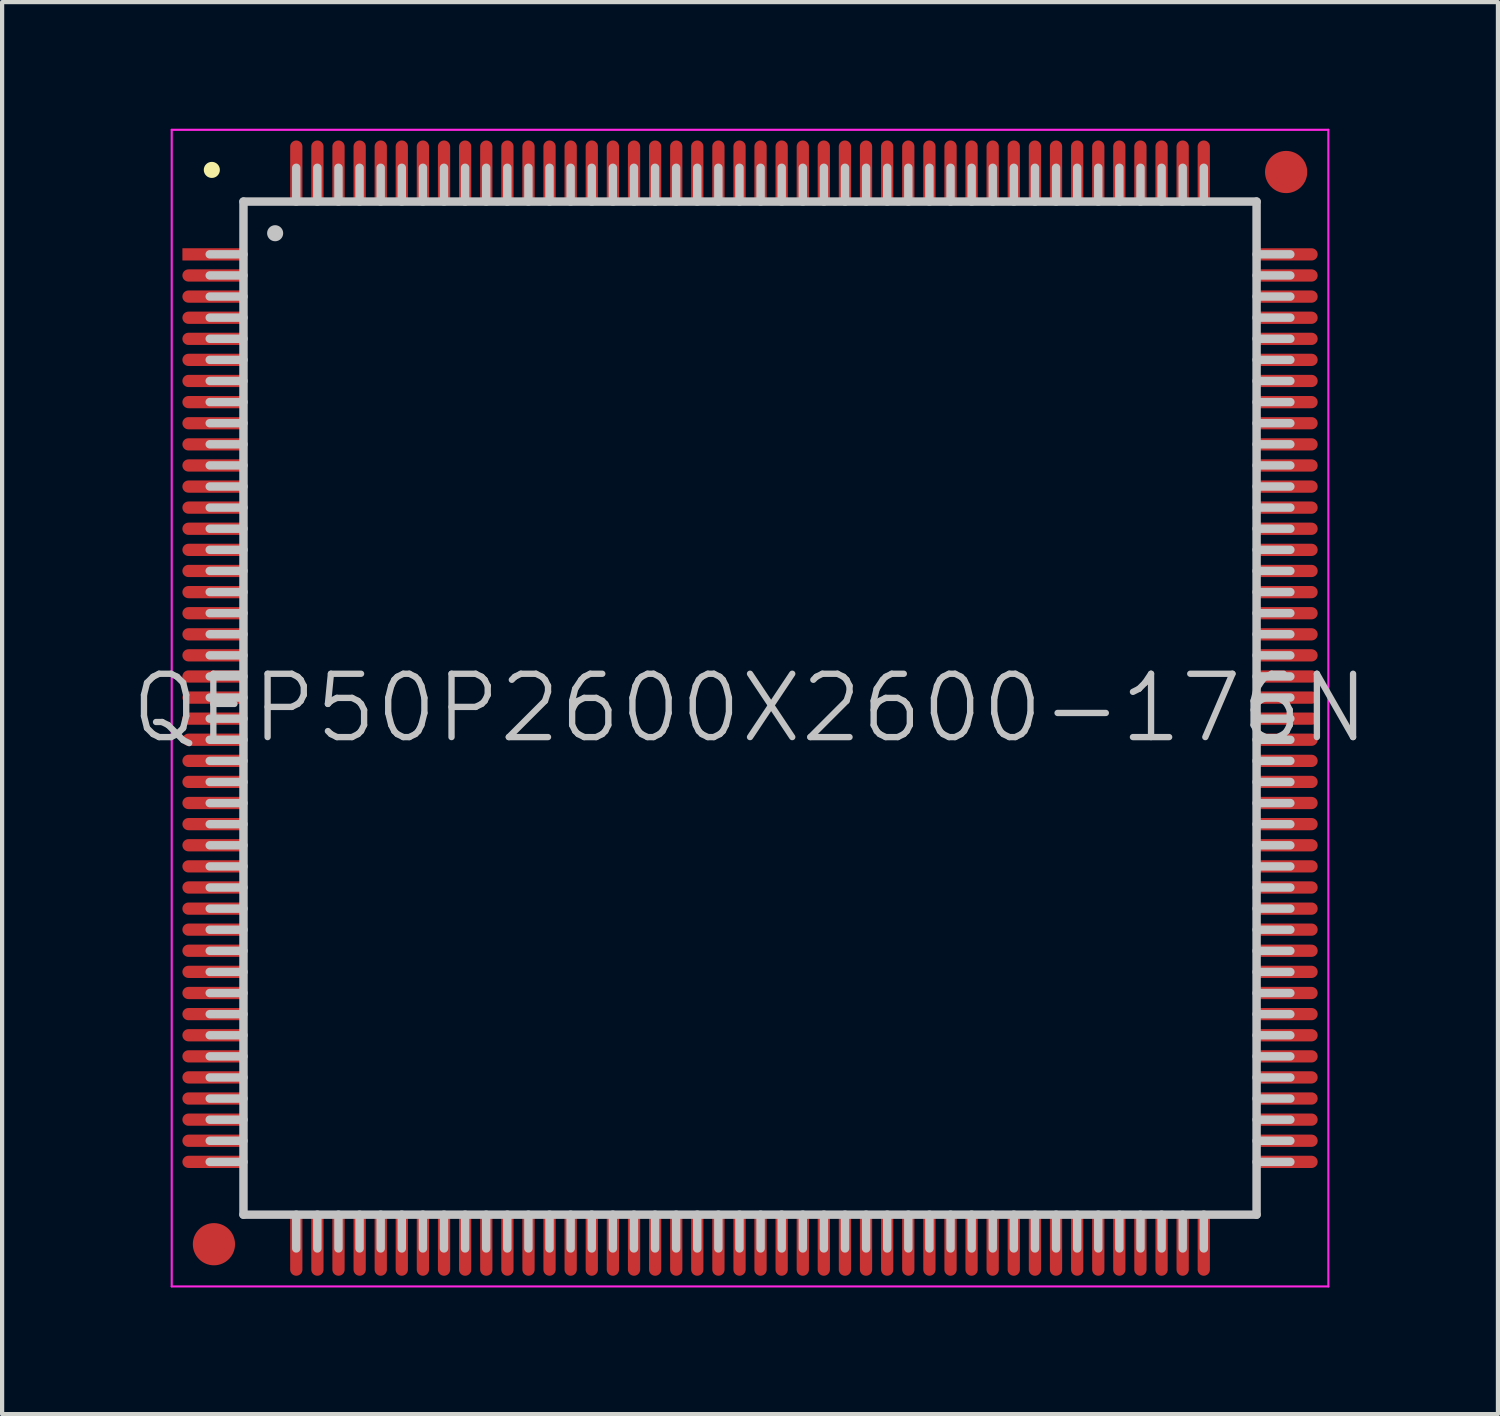
<source format=kicad_pcb>
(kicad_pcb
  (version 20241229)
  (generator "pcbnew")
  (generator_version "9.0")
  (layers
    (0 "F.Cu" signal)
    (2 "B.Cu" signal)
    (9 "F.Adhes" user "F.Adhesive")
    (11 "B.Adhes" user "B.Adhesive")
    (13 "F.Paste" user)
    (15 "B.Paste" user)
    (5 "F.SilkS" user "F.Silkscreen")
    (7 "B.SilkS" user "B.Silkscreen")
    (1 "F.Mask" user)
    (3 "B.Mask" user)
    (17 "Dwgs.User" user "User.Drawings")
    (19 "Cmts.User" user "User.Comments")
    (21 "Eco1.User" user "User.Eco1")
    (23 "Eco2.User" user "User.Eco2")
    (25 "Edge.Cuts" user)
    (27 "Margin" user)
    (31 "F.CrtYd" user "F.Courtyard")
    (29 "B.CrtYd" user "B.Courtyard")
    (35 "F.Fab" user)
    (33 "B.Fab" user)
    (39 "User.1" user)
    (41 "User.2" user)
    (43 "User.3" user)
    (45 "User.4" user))
  (footprint "QFP50P2600X2600-176N"
    (layer "F.Cu")
    (at 14.718 13.725)
    (property "Reference" "QFP50P2600X2600-176N" (at 0 0 0) (layer "Dwgs.User") (effects (font (size 1.5 1.5) (thickness 0.15))))
    (attr smd)
    (fp_line (start -12.75 -12.75) (end -12.75 -12.75) (stroke (width 0.381) (type solid)) (layer "F.SilkS"))
    (fp_line (start -12 -12) (end -12 12) (stroke (width 0.2) (type solid)) (layer "Dwgs.User"))
    (fp_line (start -12 -12) (end 12 -12) (stroke (width 0.2) (type solid)) (layer "Dwgs.User"))
    (fp_line (start -12 -10.75) (end -12.8 -10.75) (stroke (width 0.2) (type solid)) (layer "Dwgs.User"))
    (fp_line (start -12 -10.25) (end -12.8 -10.25) (stroke (width 0.2) (type solid)) (layer "Dwgs.User"))
    (fp_line (start -12 -9.75) (end -12.8 -9.75) (stroke (width 0.2) (type solid)) (layer "Dwgs.User"))
    (fp_line (start -12 -9.25) (end -12.8 -9.25) (stroke (width 0.2) (type solid)) (layer "Dwgs.User"))
    (fp_line (start -12 -8.75) (end -12.8 -8.75) (stroke (width 0.2) (type solid)) (layer "Dwgs.User"))
    (fp_line (start -12 -8.25) (end -12.8 -8.25) (stroke (width 0.2) (type solid)) (layer "Dwgs.User"))
    (fp_line (start -12 -7.75) (end -12.8 -7.75) (stroke (width 0.2) (type solid)) (layer "Dwgs.User"))
    (fp_line (start -12 -7.25) (end -12.8 -7.25) (stroke (width 0.2) (type solid)) (layer "Dwgs.User"))
    (fp_line (start -12 -6.75) (end -12.8 -6.75) (stroke (width 0.2) (type solid)) (layer "Dwgs.User"))
    (fp_line (start -12 -6.25) (end -12.8 -6.25) (stroke (width 0.2) (type solid)) (layer "Dwgs.User"))
    (fp_line (start -12 -5.75) (end -12.8 -5.75) (stroke (width 0.2) (type solid)) (layer "Dwgs.User"))
    (fp_line (start -12 -5.25) (end -12.8 -5.25) (stroke (width 0.2) (type solid)) (layer "Dwgs.User"))
    (fp_line (start -12 -4.75) (end -12.8 -4.75) (stroke (width 0.2) (type solid)) (layer "Dwgs.User"))
    (fp_line (start -12 -4.25) (end -12.8 -4.25) (stroke (width 0.2) (type solid)) (layer "Dwgs.User"))
    (fp_line (start -12 -3.75) (end -12.8 -3.75) (stroke (width 0.2) (type solid)) (layer "Dwgs.User"))
    (fp_line (start -12 -3.25) (end -12.8 -3.25) (stroke (width 0.2) (type solid)) (layer "Dwgs.User"))
    (fp_line (start -12 -2.75) (end -12.8 -2.75) (stroke (width 0.2) (type solid)) (layer "Dwgs.User"))
    (fp_line (start -12 -2.25) (end -12.8 -2.25) (stroke (width 0.2) (type solid)) (layer "Dwgs.User"))
    (fp_line (start -12 -1.75) (end -12.8 -1.75) (stroke (width 0.2) (type solid)) (layer "Dwgs.User"))
    (fp_line (start -12 -1.25) (end -12.8 -1.25) (stroke (width 0.2) (type solid)) (layer "Dwgs.User"))
    (fp_line (start -12 -0.75) (end -12.8 -0.75) (stroke (width 0.2) (type solid)) (layer "Dwgs.User"))
    (fp_line (start -12 -0.25) (end -12.8 -0.25) (stroke (width 0.2) (type solid)) (layer "Dwgs.User"))
    (fp_line (start -12 0.25) (end -12.8 0.25) (stroke (width 0.2) (type solid)) (layer "Dwgs.User"))
    (fp_line (start -12 0.75) (end -12.8 0.75) (stroke (width 0.2) (type solid)) (layer "Dwgs.User"))
    (fp_line (start -12 1.25) (end -12.8 1.25) (stroke (width 0.2) (type solid)) (layer "Dwgs.User"))
    (fp_line (start -12 1.75) (end -12.8 1.75) (stroke (width 0.2) (type solid)) (layer "Dwgs.User"))
    (fp_line (start -12 2.25) (end -12.8 2.25) (stroke (width 0.2) (type solid)) (layer "Dwgs.User"))
    (fp_line (start -12 2.75) (end -12.8 2.75) (stroke (width 0.2) (type solid)) (layer "Dwgs.User"))
    (fp_line (start -12 3.25) (end -12.8 3.25) (stroke (width 0.2) (type solid)) (layer "Dwgs.User"))
    (fp_line (start -12 3.75) (end -12.8 3.75) (stroke (width 0.2) (type solid)) (layer "Dwgs.User"))
    (fp_line (start -12 4.25) (end -12.8 4.25) (stroke (width 0.2) (type solid)) (layer "Dwgs.User"))
    (fp_line (start -12 4.75) (end -12.8 4.75) (stroke (width 0.2) (type solid)) (layer "Dwgs.User"))
    (fp_line (start -12 5.25) (end -12.8 5.25) (stroke (width 0.2) (type solid)) (layer "Dwgs.User"))
    (fp_line (start -12 5.75) (end -12.8 5.75) (stroke (width 0.2) (type solid)) (layer "Dwgs.User"))
    (fp_line (start -12 6.25) (end -12.8 6.25) (stroke (width 0.2) (type solid)) (layer "Dwgs.User"))
    (fp_line (start -12 6.75) (end -12.8 6.75) (stroke (width 0.2) (type solid)) (layer "Dwgs.User"))
    (fp_line (start -12 7.25) (end -12.8 7.25) (stroke (width 0.2) (type solid)) (layer "Dwgs.User"))
    (fp_line (start -12 7.75) (end -12.8 7.75) (stroke (width 0.2) (type solid)) (layer "Dwgs.User"))
    (fp_line (start -12 8.25) (end -12.8 8.25) (stroke (width 0.2) (type solid)) (layer "Dwgs.User"))
    (fp_line (start -12 8.75) (end -12.8 8.75) (stroke (width 0.2) (type solid)) (layer "Dwgs.User"))
    (fp_line (start -12 9.25) (end -12.8 9.25) (stroke (width 0.2) (type solid)) (layer "Dwgs.User"))
    (fp_line (start -12 9.75) (end -12.8 9.75) (stroke (width 0.2) (type solid)) (layer "Dwgs.User"))
    (fp_line (start -12 10.25) (end -12.8 10.25) (stroke (width 0.2) (type solid)) (layer "Dwgs.User"))
    (fp_line (start -12 10.75) (end -12.8 10.75) (stroke (width 0.2) (type solid)) (layer "Dwgs.User"))
    (fp_line (start -12 12) (end 12 12) (stroke (width 0.2) (type solid)) (layer "Dwgs.User"))
    (fp_line (start -11.25 -11.25) (end -11.25 -11.25) (stroke (width 0.381) (type solid)) (layer "Dwgs.User"))
    (fp_line (start -10.75 -12) (end -10.75 -12.8) (stroke (width 0.2) (type solid)) (layer "Dwgs.User"))
    (fp_line (start -10.75 12.8) (end -10.75 12) (stroke (width 0.2) (type solid)) (layer "Dwgs.User"))
    (fp_line (start -10.25 -12) (end -10.25 -12.8) (stroke (width 0.2) (type solid)) (layer "Dwgs.User"))
    (fp_line (start -10.25 12.8) (end -10.25 12) (stroke (width 0.2) (type solid)) (layer "Dwgs.User"))
    (fp_line (start -9.75 -12) (end -9.75 -12.8) (stroke (width 0.2) (type solid)) (layer "Dwgs.User"))
    (fp_line (start -9.75 12.8) (end -9.75 12) (stroke (width 0.2) (type solid)) (layer "Dwgs.User"))
    (fp_line (start -9.25 -12) (end -9.25 -12.8) (stroke (width 0.2) (type solid)) (layer "Dwgs.User"))
    (fp_line (start -9.25 12.8) (end -9.25 12) (stroke (width 0.2) (type solid)) (layer "Dwgs.User"))
    (fp_line (start -8.75 -12) (end -8.75 -12.8) (stroke (width 0.2) (type solid)) (layer "Dwgs.User"))
    (fp_line (start -8.75 12.8) (end -8.75 12) (stroke (width 0.2) (type solid)) (layer "Dwgs.User"))
    (fp_line (start -8.25 -12) (end -8.25 -12.8) (stroke (width 0.2) (type solid)) (layer "Dwgs.User"))
    (fp_line (start -8.25 12.8) (end -8.25 12) (stroke (width 0.2) (type solid)) (layer "Dwgs.User"))
    (fp_line (start -7.75 -12) (end -7.75 -12.8) (stroke (width 0.2) (type solid)) (layer "Dwgs.User"))
    (fp_line (start -7.75 12.8) (end -7.75 12) (stroke (width 0.2) (type solid)) (layer "Dwgs.User"))
    (fp_line (start -7.25 -12) (end -7.25 -12.8) (stroke (width 0.2) (type solid)) (layer "Dwgs.User"))
    (fp_line (start -7.25 12.8) (end -7.25 12) (stroke (width 0.2) (type solid)) (layer "Dwgs.User"))
    (fp_line (start -6.75 -12) (end -6.75 -12.8) (stroke (width 0.2) (type solid)) (layer "Dwgs.User"))
    (fp_line (start -6.75 12.8) (end -6.75 12) (stroke (width 0.2) (type solid)) (layer "Dwgs.User"))
    (fp_line (start -6.25 -12) (end -6.25 -12.8) (stroke (width 0.2) (type solid)) (layer "Dwgs.User"))
    (fp_line (start -6.25 12.8) (end -6.25 12) (stroke (width 0.2) (type solid)) (layer "Dwgs.User"))
    (fp_line (start -5.75 -12) (end -5.75 -12.8) (stroke (width 0.2) (type solid)) (layer "Dwgs.User"))
    (fp_line (start -5.75 12.8) (end -5.75 12) (stroke (width 0.2) (type solid)) (layer "Dwgs.User"))
    (fp_line (start -5.25 -12) (end -5.25 -12.8) (stroke (width 0.2) (type solid)) (layer "Dwgs.User"))
    (fp_line (start -5.25 12.8) (end -5.25 12) (stroke (width 0.2) (type solid)) (layer "Dwgs.User"))
    (fp_line (start -4.75 -12) (end -4.75 -12.8) (stroke (width 0.2) (type solid)) (layer "Dwgs.User"))
    (fp_line (start -4.75 12.8) (end -4.75 12) (stroke (width 0.2) (type solid)) (layer "Dwgs.User"))
    (fp_line (start -4.25 -12) (end -4.25 -12.8) (stroke (width 0.2) (type solid)) (layer "Dwgs.User"))
    (fp_line (start -4.25 12.8) (end -4.25 12) (stroke (width 0.2) (type solid)) (layer "Dwgs.User"))
    (fp_line (start -3.75 -12) (end -3.75 -12.8) (stroke (width 0.2) (type solid)) (layer "Dwgs.User"))
    (fp_line (start -3.75 12.8) (end -3.75 12) (stroke (width 0.2) (type solid)) (layer "Dwgs.User"))
    (fp_line (start -3.25 -12) (end -3.25 -12.8) (stroke (width 0.2) (type solid)) (layer "Dwgs.User"))
    (fp_line (start -3.25 12.8) (end -3.25 12) (stroke (width 0.2) (type solid)) (layer "Dwgs.User"))
    (fp_line (start -2.75 -12) (end -2.75 -12.8) (stroke (width 0.2) (type solid)) (layer "Dwgs.User"))
    (fp_line (start -2.75 12.8) (end -2.75 12) (stroke (width 0.2) (type solid)) (layer "Dwgs.User"))
    (fp_line (start -2.25 -12) (end -2.25 -12.8) (stroke (width 0.2) (type solid)) (layer "Dwgs.User"))
    (fp_line (start -2.25 12.8) (end -2.25 12) (stroke (width 0.2) (type solid)) (layer "Dwgs.User"))
    (fp_line (start -1.75 -12) (end -1.75 -12.8) (stroke (width 0.2) (type solid)) (layer "Dwgs.User"))
    (fp_line (start -1.75 12.8) (end -1.75 12) (stroke (width 0.2) (type solid)) (layer "Dwgs.User"))
    (fp_line (start -1.25 -12) (end -1.25 -12.8) (stroke (width 0.2) (type solid)) (layer "Dwgs.User"))
    (fp_line (start -1.25 12.8) (end -1.25 12) (stroke (width 0.2) (type solid)) (layer "Dwgs.User"))
    (fp_line (start -0.75 -12) (end -0.75 -12.8) (stroke (width 0.2) (type solid)) (layer "Dwgs.User"))
    (fp_line (start -0.75 12.8) (end -0.75 12) (stroke (width 0.2) (type solid)) (layer "Dwgs.User"))
    (fp_line (start -0.25 -12) (end -0.25 -12.8) (stroke (width 0.2) (type solid)) (layer "Dwgs.User"))
    (fp_line (start -0.25 12.8) (end -0.25 12) (stroke (width 0.2) (type solid)) (layer "Dwgs.User"))
    (fp_line (start 0.25 -12) (end 0.25 -12.8) (stroke (width 0.2) (type solid)) (layer "Dwgs.User"))
    (fp_line (start 0.25 12.8) (end 0.25 12) (stroke (width 0.2) (type solid)) (layer "Dwgs.User"))
    (fp_line (start 0.75 -12) (end 0.75 -12.8) (stroke (width 0.2) (type solid)) (layer "Dwgs.User"))
    (fp_line (start 0.75 12.8) (end 0.75 12) (stroke (width 0.2) (type solid)) (layer "Dwgs.User"))
    (fp_line (start 1.25 -12) (end 1.25 -12.8) (stroke (width 0.2) (type solid)) (layer "Dwgs.User"))
    (fp_line (start 1.25 12.8) (end 1.25 12) (stroke (width 0.2) (type solid)) (layer "Dwgs.User"))
    (fp_line (start 1.75 -12) (end 1.75 -12.8) (stroke (width 0.2) (type solid)) (layer "Dwgs.User"))
    (fp_line (start 1.75 12.8) (end 1.75 12) (stroke (width 0.2) (type solid)) (layer "Dwgs.User"))
    (fp_line (start 2.25 -12) (end 2.25 -12.8) (stroke (width 0.2) (type solid)) (layer "Dwgs.User"))
    (fp_line (start 2.25 12.8) (end 2.25 12) (stroke (width 0.2) (type solid)) (layer "Dwgs.User"))
    (fp_line (start 2.75 -12) (end 2.75 -12.8) (stroke (width 0.2) (type solid)) (layer "Dwgs.User"))
    (fp_line (start 2.75 12.8) (end 2.75 12) (stroke (width 0.2) (type solid)) (layer "Dwgs.User"))
    (fp_line (start 3.25 -12) (end 3.25 -12.8) (stroke (width 0.2) (type solid)) (layer "Dwgs.User"))
    (fp_line (start 3.25 12.8) (end 3.25 12) (stroke (width 0.2) (type solid)) (layer "Dwgs.User"))
    (fp_line (start 3.75 -12) (end 3.75 -12.8) (stroke (width 0.2) (type solid)) (layer "Dwgs.User"))
    (fp_line (start 3.75 12.8) (end 3.75 12) (stroke (width 0.2) (type solid)) (layer "Dwgs.User"))
    (fp_line (start 4.25 -12) (end 4.25 -12.8) (stroke (width 0.2) (type solid)) (layer "Dwgs.User"))
    (fp_line (start 4.25 12.8) (end 4.25 12) (stroke (width 0.2) (type solid)) (layer "Dwgs.User"))
    (fp_line (start 4.75 -12) (end 4.75 -12.8) (stroke (width 0.2) (type solid)) (layer "Dwgs.User"))
    (fp_line (start 4.75 12.8) (end 4.75 12) (stroke (width 0.2) (type solid)) (layer "Dwgs.User"))
    (fp_line (start 5.25 -12) (end 5.25 -12.8) (stroke (width 0.2) (type solid)) (layer "Dwgs.User"))
    (fp_line (start 5.25 12.8) (end 5.25 12) (stroke (width 0.2) (type solid)) (layer "Dwgs.User"))
    (fp_line (start 5.75 -12) (end 5.75 -12.8) (stroke (width 0.2) (type solid)) (layer "Dwgs.User"))
    (fp_line (start 5.75 12.8) (end 5.75 12) (stroke (width 0.2) (type solid)) (layer "Dwgs.User"))
    (fp_line (start 6.25 -12) (end 6.25 -12.8) (stroke (width 0.2) (type solid)) (layer "Dwgs.User"))
    (fp_line (start 6.25 12.8) (end 6.25 12) (stroke (width 0.2) (type solid)) (layer "Dwgs.User"))
    (fp_line (start 6.75 -12) (end 6.75 -12.8) (stroke (width 0.2) (type solid)) (layer "Dwgs.User"))
    (fp_line (start 6.75 12.8) (end 6.75 12) (stroke (width 0.2) (type solid)) (layer "Dwgs.User"))
    (fp_line (start 7.25 -12) (end 7.25 -12.8) (stroke (width 0.2) (type solid)) (layer "Dwgs.User"))
    (fp_line (start 7.25 12.8) (end 7.25 12) (stroke (width 0.2) (type solid)) (layer "Dwgs.User"))
    (fp_line (start 7.75 -12) (end 7.75 -12.8) (stroke (width 0.2) (type solid)) (layer "Dwgs.User"))
    (fp_line (start 7.75 12.8) (end 7.75 12) (stroke (width 0.2) (type solid)) (layer "Dwgs.User"))
    (fp_line (start 8.25 -12) (end 8.25 -12.8) (stroke (width 0.2) (type solid)) (layer "Dwgs.User"))
    (fp_line (start 8.25 12.8) (end 8.25 12) (stroke (width 0.2) (type solid)) (layer "Dwgs.User"))
    (fp_line (start 8.75 -12) (end 8.75 -12.8) (stroke (width 0.2) (type solid)) (layer "Dwgs.User"))
    (fp_line (start 8.75 12.8) (end 8.75 12) (stroke (width 0.2) (type solid)) (layer "Dwgs.User"))
    (fp_line (start 9.25 -12) (end 9.25 -12.8) (stroke (width 0.2) (type solid)) (layer "Dwgs.User"))
    (fp_line (start 9.25 12.8) (end 9.25 12) (stroke (width 0.2) (type solid)) (layer "Dwgs.User"))
    (fp_line (start 9.75 -12) (end 9.75 -12.8) (stroke (width 0.2) (type solid)) (layer "Dwgs.User"))
    (fp_line (start 9.75 12.8) (end 9.75 12) (stroke (width 0.2) (type solid)) (layer "Dwgs.User"))
    (fp_line (start 10.25 -12) (end 10.25 -12.8) (stroke (width 0.2) (type solid)) (layer "Dwgs.User"))
    (fp_line (start 10.25 12.8) (end 10.25 12) (stroke (width 0.2) (type solid)) (layer "Dwgs.User"))
    (fp_line (start 10.75 -12) (end 10.75 -12.8) (stroke (width 0.2) (type solid)) (layer "Dwgs.User"))
    (fp_line (start 10.75 12.8) (end 10.75 12) (stroke (width 0.2) (type solid)) (layer "Dwgs.User"))
    (fp_line (start 12 -12) (end 12 12) (stroke (width 0.2) (type solid)) (layer "Dwgs.User"))
    (fp_line (start 12.8 -10.75) (end 12 -10.75) (stroke (width 0.2) (type solid)) (layer "Dwgs.User"))
    (fp_line (start 12.8 -10.25) (end 12 -10.25) (stroke (width 0.2) (type solid)) (layer "Dwgs.User"))
    (fp_line (start 12.8 -9.75) (end 12 -9.75) (stroke (width 0.2) (type solid)) (layer "Dwgs.User"))
    (fp_line (start 12.8 -9.25) (end 12 -9.25) (stroke (width 0.2) (type solid)) (layer "Dwgs.User"))
    (fp_line (start 12.8 -8.75) (end 12 -8.75) (stroke (width 0.2) (type solid)) (layer "Dwgs.User"))
    (fp_line (start 12.8 -8.25) (end 12 -8.25) (stroke (width 0.2) (type solid)) (layer "Dwgs.User"))
    (fp_line (start 12.8 -7.75) (end 12 -7.75) (stroke (width 0.2) (type solid)) (layer "Dwgs.User"))
    (fp_line (start 12.8 -7.25) (end 12 -7.25) (stroke (width 0.2) (type solid)) (layer "Dwgs.User"))
    (fp_line (start 12.8 -6.75) (end 12 -6.75) (stroke (width 0.2) (type solid)) (layer "Dwgs.User"))
    (fp_line (start 12.8 -6.25) (end 12 -6.25) (stroke (width 0.2) (type solid)) (layer "Dwgs.User"))
    (fp_line (start 12.8 -5.75) (end 12 -5.75) (stroke (width 0.2) (type solid)) (layer "Dwgs.User"))
    (fp_line (start 12.8 -5.25) (end 12 -5.25) (stroke (width 0.2) (type solid)) (layer "Dwgs.User"))
    (fp_line (start 12.8 -4.75) (end 12 -4.75) (stroke (width 0.2) (type solid)) (layer "Dwgs.User"))
    (fp_line (start 12.8 -4.25) (end 12 -4.25) (stroke (width 0.2) (type solid)) (layer "Dwgs.User"))
    (fp_line (start 12.8 -3.75) (end 12 -3.75) (stroke (width 0.2) (type solid)) (layer "Dwgs.User"))
    (fp_line (start 12.8 -3.25) (end 12 -3.25) (stroke (width 0.2) (type solid)) (layer "Dwgs.User"))
    (fp_line (start 12.8 -2.75) (end 12 -2.75) (stroke (width 0.2) (type solid)) (layer "Dwgs.User"))
    (fp_line (start 12.8 -2.25) (end 12 -2.25) (stroke (width 0.2) (type solid)) (layer "Dwgs.User"))
    (fp_line (start 12.8 -1.75) (end 12 -1.75) (stroke (width 0.2) (type solid)) (layer "Dwgs.User"))
    (fp_line (start 12.8 -1.25) (end 12 -1.25) (stroke (width 0.2) (type solid)) (layer "Dwgs.User"))
    (fp_line (start 12.8 -0.75) (end 12 -0.75) (stroke (width 0.2) (type solid)) (layer "Dwgs.User"))
    (fp_line (start 12.8 -0.25) (end 12 -0.25) (stroke (width 0.2) (type solid)) (layer "Dwgs.User"))
    (fp_line (start 12.8 0.25) (end 12 0.25) (stroke (width 0.2) (type solid)) (layer "Dwgs.User"))
    (fp_line (start 12.8 0.75) (end 12 0.75) (stroke (width 0.2) (type solid)) (layer "Dwgs.User"))
    (fp_line (start 12.8 1.25) (end 12 1.25) (stroke (width 0.2) (type solid)) (layer "Dwgs.User"))
    (fp_line (start 12.8 1.75) (end 12 1.75) (stroke (width 0.2) (type solid)) (layer "Dwgs.User"))
    (fp_line (start 12.8 2.25) (end 12 2.25) (stroke (width 0.2) (type solid)) (layer "Dwgs.User"))
    (fp_line (start 12.8 2.75) (end 12 2.75) (stroke (width 0.2) (type solid)) (layer "Dwgs.User"))
    (fp_line (start 12.8 3.25) (end 12 3.25) (stroke (width 0.2) (type solid)) (layer "Dwgs.User"))
    (fp_line (start 12.8 3.75) (end 12 3.75) (stroke (width 0.2) (type solid)) (layer "Dwgs.User"))
    (fp_line (start 12.8 4.25) (end 12 4.25) (stroke (width 0.2) (type solid)) (layer "Dwgs.User"))
    (fp_line (start 12.8 4.75) (end 12 4.75) (stroke (width 0.2) (type solid)) (layer "Dwgs.User"))
    (fp_line (start 12.8 5.25) (end 12 5.25) (stroke (width 0.2) (type solid)) (layer "Dwgs.User"))
    (fp_line (start 12.8 5.75) (end 12 5.75) (stroke (width 0.2) (type solid)) (layer "Dwgs.User"))
    (fp_line (start 12.8 6.25) (end 12 6.25) (stroke (width 0.2) (type solid)) (layer "Dwgs.User"))
    (fp_line (start 12.8 6.75) (end 12 6.75) (stroke (width 0.2) (type solid)) (layer "Dwgs.User"))
    (fp_line (start 12.8 7.25) (end 12 7.25) (stroke (width 0.2) (type solid)) (layer "Dwgs.User"))
    (fp_line (start 12.8 7.75) (end 12 7.75) (stroke (width 0.2) (type solid)) (layer "Dwgs.User"))
    (fp_line (start 12.8 8.25) (end 12 8.25) (stroke (width 0.2) (type solid)) (layer "Dwgs.User"))
    (fp_line (start 12.8 8.75) (end 12 8.75) (stroke (width 0.2) (type solid)) (layer "Dwgs.User"))
    (fp_line (start 12.8 9.25) (end 12 9.25) (stroke (width 0.2) (type solid)) (layer "Dwgs.User"))
    (fp_line (start 12.8 9.75) (end 12 9.75) (stroke (width 0.2) (type solid)) (layer "Dwgs.User"))
    (fp_line (start 12.8 10.25) (end 12 10.25) (stroke (width 0.2) (type solid)) (layer "Dwgs.User"))
    (fp_line (start 12.8 10.75) (end 12 10.75) (stroke (width 0.2) (type solid)) (layer "Dwgs.User"))
    (fp_line (start -13.7 -13.7) (end -13.7 13.7) (stroke (width 0.05) (type solid)) (layer "F.CrtYd"))
    (fp_line (start -13.7 -13.7) (end 13.7 -13.7) (stroke (width 0.05) (type solid)) (layer "F.CrtYd"))
    (fp_line (start -13.7 13.7) (end 13.7 13.7) (stroke (width 0.05) (type solid)) (layer "F.CrtYd"))
    (fp_line (start 13.7 -13.7) (end 13.7 13.7) (stroke (width 0.05) (type solid)) (layer "F.CrtYd"))
    (pad "" smd circle (at -12.7 12.7) (size 1 1) (layers "F.Cu" "F.Mask"))
    (pad "" smd circle (at 12.7 -12.7) (size 1 1) (layers "F.Cu" "F.Mask"))
    (pad "1" smd rect (at -12.697 -10.749 90) (size 0.29 1.5) (layers "F.Cu" "F.Mask" "F.Paste"))
    (pad "2" smd oval (at -12.697 -10.249 90) (size 0.29 1.5) (layers "F.Cu" "F.Mask" "F.Paste"))
    (pad "3" smd oval (at -12.697 -9.749 90) (size 0.29 1.5) (layers "F.Cu" "F.Mask" "F.Paste"))
    (pad "4" smd oval (at -12.697 -9.248 90) (size 0.29 1.5) (layers "F.Cu" "F.Mask" "F.Paste"))
    (pad "5" smd oval (at -12.697 -8.748 90) (size 0.29 1.5) (layers "F.Cu" "F.Mask" "F.Paste"))
    (pad "6" smd oval (at -12.697 -8.25 90) (size 0.29 1.5) (layers "F.Cu" "F.Mask" "F.Paste"))
    (pad "7" smd oval (at -12.697 -7.75 90) (size 0.29 1.5) (layers "F.Cu" "F.Mask" "F.Paste"))
    (pad "8" smd oval (at -12.697 -7.249 90) (size 0.29 1.5) (layers "F.Cu" "F.Mask" "F.Paste"))
    (pad "9" smd oval (at -12.697 -6.749 90) (size 0.29 1.5) (layers "F.Cu" "F.Mask" "F.Paste"))
    (pad "10" smd oval (at -12.697 -6.248 90) (size 0.29 1.5) (layers "F.Cu" "F.Mask" "F.Paste"))
    (pad "11" smd oval (at -12.697 -5.748 90) (size 0.29 1.5) (layers "F.Cu" "F.Mask" "F.Paste"))
    (pad "12" smd oval (at -12.697 -5.248 90) (size 0.29 1.5) (layers "F.Cu" "F.Mask" "F.Paste"))
    (pad "13" smd oval (at -12.697 -4.75 90) (size 0.29 1.5) (layers "F.Cu" "F.Mask" "F.Paste"))
    (pad "14" smd oval (at -12.697 -4.249 90) (size 0.29 1.5) (layers "F.Cu" "F.Mask" "F.Paste"))
    (pad "15" smd oval (at -12.697 -3.749 90) (size 0.29 1.5) (layers "F.Cu" "F.Mask" "F.Paste"))
    (pad "16" smd oval (at -12.697 -3.249 90) (size 0.29 1.5) (layers "F.Cu" "F.Mask" "F.Paste"))
    (pad "17" smd oval (at -12.697 -2.748 90) (size 0.29 1.5) (layers "F.Cu" "F.Mask" "F.Paste"))
    (pad "18" smd oval (at -12.697 -2.248 90) (size 0.29 1.5) (layers "F.Cu" "F.Mask" "F.Paste"))
    (pad "19" smd oval (at -12.697 -1.748 90) (size 0.29 1.5) (layers "F.Cu" "F.Mask" "F.Paste"))
    (pad "20" smd oval (at -12.697 -1.25 90) (size 0.29 1.5) (layers "F.Cu" "F.Mask" "F.Paste"))
    (pad "21" smd oval (at -12.697 -0.749 90) (size 0.29 1.5) (layers "F.Cu" "F.Mask" "F.Paste"))
    (pad "22" smd oval (at -12.697 -0.249 90) (size 0.29 1.5) (layers "F.Cu" "F.Mask" "F.Paste"))
    (pad "23" smd oval (at -12.697 0.249 90) (size 0.29 1.5) (layers "F.Cu" "F.Mask" "F.Paste"))
    (pad "24" smd oval (at -12.697 0.749 90) (size 0.29 1.5) (layers "F.Cu" "F.Mask" "F.Paste"))
    (pad "25" smd oval (at -12.697 1.25 90) (size 0.29 1.5) (layers "F.Cu" "F.Mask" "F.Paste"))
    (pad "26" smd oval (at -12.697 1.748 90) (size 0.29 1.5) (layers "F.Cu" "F.Mask" "F.Paste"))
    (pad "27" smd oval (at -12.697 2.248 90) (size 0.29 1.5) (layers "F.Cu" "F.Mask" "F.Paste"))
    (pad "28" smd oval (at -12.697 2.748 90) (size 0.29 1.5) (layers "F.Cu" "F.Mask" "F.Paste"))
    (pad "29" smd oval (at -12.697 3.249 90) (size 0.29 1.5) (layers "F.Cu" "F.Mask" "F.Paste"))
    (pad "30" smd oval (at -12.697 3.749 90) (size 0.29 1.5) (layers "F.Cu" "F.Mask" "F.Paste"))
    (pad "31" smd oval (at -12.697 4.249 90) (size 0.29 1.5) (layers "F.Cu" "F.Mask" "F.Paste"))
    (pad "32" smd oval (at -12.697 4.75 90) (size 0.29 1.5) (layers "F.Cu" "F.Mask" "F.Paste"))
    (pad "33" smd oval (at -12.697 5.248 90) (size 0.29 1.5) (layers "F.Cu" "F.Mask" "F.Paste"))
    (pad "34" smd oval (at -12.697 5.748 90) (size 0.29 1.5) (layers "F.Cu" "F.Mask" "F.Paste"))
    (pad "35" smd oval (at -12.697 6.248 90) (size 0.29 1.5) (layers "F.Cu" "F.Mask" "F.Paste"))
    (pad "36" smd oval (at -12.697 6.749 90) (size 0.29 1.5) (layers "F.Cu" "F.Mask" "F.Paste"))
    (pad "37" smd oval (at -12.697 7.249 90) (size 0.29 1.5) (layers "F.Cu" "F.Mask" "F.Paste"))
    (pad "38" smd oval (at -12.697 7.75 90) (size 0.29 1.5) (layers "F.Cu" "F.Mask" "F.Paste"))
    (pad "39" smd oval (at -12.697 8.25 90) (size 0.29 1.5) (layers "F.Cu" "F.Mask" "F.Paste"))
    (pad "40" smd oval (at -12.697 8.748 90) (size 0.29 1.5) (layers "F.Cu" "F.Mask" "F.Paste"))
    (pad "41" smd oval (at -12.697 9.248 90) (size 0.29 1.5) (layers "F.Cu" "F.Mask" "F.Paste"))
    (pad "42" smd oval (at -12.697 9.749 90) (size 0.29 1.5) (layers "F.Cu" "F.Mask" "F.Paste"))
    (pad "43" smd oval (at -12.697 10.249 90) (size 0.29 1.5) (layers "F.Cu" "F.Mask" "F.Paste"))
    (pad "44" smd oval (at -12.697 10.749 90) (size 0.29 1.5) (layers "F.Cu" "F.Mask" "F.Paste"))
    (pad "45" smd oval (at -10.749 12.697 180) (size 0.29 1.5) (layers "F.Cu" "F.Mask" "F.Paste"))
    (pad "46" smd oval (at -10.249 12.697 180) (size 0.29 1.5) (layers "F.Cu" "F.Mask" "F.Paste"))
    (pad "47" smd oval (at -9.749 12.697 180) (size 0.29 1.5) (layers "F.Cu" "F.Mask" "F.Paste"))
    (pad "48" smd oval (at -9.248 12.697 180) (size 0.29 1.5) (layers "F.Cu" "F.Mask" "F.Paste"))
    (pad "49" smd oval (at -8.748 12.697 180) (size 0.29 1.5) (layers "F.Cu" "F.Mask" "F.Paste"))
    (pad "50" smd oval (at -8.25 12.697 180) (size 0.29 1.5) (layers "F.Cu" "F.Mask" "F.Paste"))
    (pad "51" smd oval (at -7.75 12.697 180) (size 0.29 1.5) (layers "F.Cu" "F.Mask" "F.Paste"))
    (pad "52" smd oval (at -7.249 12.697 180) (size 0.29 1.5) (layers "F.Cu" "F.Mask" "F.Paste"))
    (pad "53" smd oval (at -6.749 12.697 180) (size 0.29 1.5) (layers "F.Cu" "F.Mask" "F.Paste"))
    (pad "54" smd oval (at -6.248 12.697 180) (size 0.29 1.5) (layers "F.Cu" "F.Mask" "F.Paste"))
    (pad "55" smd oval (at -5.748 12.697 180) (size 0.29 1.5) (layers "F.Cu" "F.Mask" "F.Paste"))
    (pad "56" smd oval (at -5.248 12.697 180) (size 0.29 1.5) (layers "F.Cu" "F.Mask" "F.Paste"))
    (pad "57" smd oval (at -4.75 12.697 180) (size 0.29 1.5) (layers "F.Cu" "F.Mask" "F.Paste"))
    (pad "58" smd oval (at -4.249 12.697 180) (size 0.29 1.5) (layers "F.Cu" "F.Mask" "F.Paste"))
    (pad "59" smd oval (at -3.749 12.697 180) (size 0.29 1.5) (layers "F.Cu" "F.Mask" "F.Paste"))
    (pad "60" smd oval (at -3.249 12.697 180) (size 0.29 1.5) (layers "F.Cu" "F.Mask" "F.Paste"))
    (pad "61" smd oval (at -2.748 12.697 180) (size 0.29 1.5) (layers "F.Cu" "F.Mask" "F.Paste"))
    (pad "62" smd oval (at -2.248 12.697 180) (size 0.29 1.5) (layers "F.Cu" "F.Mask" "F.Paste"))
    (pad "63" smd oval (at -1.748 12.697 180) (size 0.29 1.5) (layers "F.Cu" "F.Mask" "F.Paste"))
    (pad "64" smd oval (at -1.25 12.697 180) (size 0.29 1.5) (layers "F.Cu" "F.Mask" "F.Paste"))
    (pad "65" smd oval (at -0.749 12.697 180) (size 0.29 1.5) (layers "F.Cu" "F.Mask" "F.Paste"))
    (pad "66" smd oval (at -0.249 12.697 180) (size 0.29 1.5) (layers "F.Cu" "F.Mask" "F.Paste"))
    (pad "67" smd oval (at 0.249 12.697 180) (size 0.29 1.5) (layers "F.Cu" "F.Mask" "F.Paste"))
    (pad "68" smd oval (at 0.749 12.697 180) (size 0.29 1.5) (layers "F.Cu" "F.Mask" "F.Paste"))
    (pad "69" smd oval (at 1.25 12.697 180) (size 0.29 1.5) (layers "F.Cu" "F.Mask" "F.Paste"))
    (pad "70" smd oval (at 1.748 12.697 180) (size 0.29 1.5) (layers "F.Cu" "F.Mask" "F.Paste"))
    (pad "71" smd oval (at 2.248 12.697 180) (size 0.29 1.5) (layers "F.Cu" "F.Mask" "F.Paste"))
    (pad "72" smd oval (at 2.748 12.697 180) (size 0.29 1.5) (layers "F.Cu" "F.Mask" "F.Paste"))
    (pad "73" smd oval (at 3.249 12.697 180) (size 0.29 1.5) (layers "F.Cu" "F.Mask" "F.Paste"))
    (pad "74" smd oval (at 3.749 12.697 180) (size 0.29 1.5) (layers "F.Cu" "F.Mask" "F.Paste"))
    (pad "75" smd oval (at 4.249 12.697 180) (size 0.29 1.5) (layers "F.Cu" "F.Mask" "F.Paste"))
    (pad "76" smd oval (at 4.75 12.697 180) (size 0.29 1.5) (layers "F.Cu" "F.Mask" "F.Paste"))
    (pad "77" smd oval (at 5.248 12.697 180) (size 0.29 1.5) (layers "F.Cu" "F.Mask" "F.Paste"))
    (pad "78" smd oval (at 5.748 12.697 180) (size 0.29 1.5) (layers "F.Cu" "F.Mask" "F.Paste"))
    (pad "79" smd oval (at 6.248 12.697 180) (size 0.29 1.5) (layers "F.Cu" "F.Mask" "F.Paste"))
    (pad "80" smd oval (at 6.749 12.697 180) (size 0.29 1.5) (layers "F.Cu" "F.Mask" "F.Paste"))
    (pad "81" smd oval (at 7.249 12.697 180) (size 0.29 1.5) (layers "F.Cu" "F.Mask" "F.Paste"))
    (pad "82" smd oval (at 7.75 12.697 180) (size 0.29 1.5) (layers "F.Cu" "F.Mask" "F.Paste"))
    (pad "83" smd oval (at 8.25 12.697 180) (size 0.29 1.5) (layers "F.Cu" "F.Mask" "F.Paste"))
    (pad "84" smd oval (at 8.748 12.697 180) (size 0.29 1.5) (layers "F.Cu" "F.Mask" "F.Paste"))
    (pad "85" smd oval (at 9.248 12.697 180) (size 0.29 1.5) (layers "F.Cu" "F.Mask" "F.Paste"))
    (pad "86" smd oval (at 9.749 12.697 180) (size 0.29 1.5) (layers "F.Cu" "F.Mask" "F.Paste"))
    (pad "87" smd oval (at 10.249 12.697 180) (size 0.29 1.5) (layers "F.Cu" "F.Mask" "F.Paste"))
    (pad "88" smd oval (at 10.749 12.697 180) (size 0.29 1.5) (layers "F.Cu" "F.Mask" "F.Paste"))
    (pad "89" smd oval (at 12.697 10.749 270) (size 0.29 1.5) (layers "F.Cu" "F.Mask" "F.Paste"))
    (pad "90" smd oval (at 12.697 10.249 270) (size 0.29 1.5) (layers "F.Cu" "F.Mask" "F.Paste"))
    (pad "91" smd oval (at 12.697 9.749 270) (size 0.29 1.5) (layers "F.Cu" "F.Mask" "F.Paste"))
    (pad "92" smd oval (at 12.697 9.248 270) (size 0.29 1.5) (layers "F.Cu" "F.Mask" "F.Paste"))
    (pad "93" smd oval (at 12.697 8.748 270) (size 0.29 1.5) (layers "F.Cu" "F.Mask" "F.Paste"))
    (pad "94" smd oval (at 12.697 8.25 270) (size 0.29 1.5) (layers "F.Cu" "F.Mask" "F.Paste"))
    (pad "95" smd oval (at 12.697 7.75 270) (size 0.29 1.5) (layers "F.Cu" "F.Mask" "F.Paste"))
    (pad "96" smd oval (at 12.697 7.249 270) (size 0.29 1.5) (layers "F.Cu" "F.Mask" "F.Paste"))
    (pad "97" smd oval (at 12.697 6.749 270) (size 0.29 1.5) (layers "F.Cu" "F.Mask" "F.Paste"))
    (pad "98" smd oval (at 12.697 6.248 270) (size 0.29 1.5) (layers "F.Cu" "F.Mask" "F.Paste"))
    (pad "99" smd oval (at 12.697 5.748 270) (size 0.29 1.5) (layers "F.Cu" "F.Mask" "F.Paste"))
    (pad "100" smd oval (at 12.697 5.248 270) (size 0.29 1.5) (layers "F.Cu" "F.Mask" "F.Paste"))
    (pad "101" smd oval (at 12.697 4.75 270) (size 0.29 1.5) (layers "F.Cu" "F.Mask" "F.Paste"))
    (pad "102" smd oval (at 12.697 4.249 270) (size 0.29 1.5) (layers "F.Cu" "F.Mask" "F.Paste"))
    (pad "103" smd oval (at 12.697 3.749 270) (size 0.29 1.5) (layers "F.Cu" "F.Mask" "F.Paste"))
    (pad "104" smd oval (at 12.697 3.249 270) (size 0.29 1.5) (layers "F.Cu" "F.Mask" "F.Paste"))
    (pad "105" smd oval (at 12.697 2.748 270) (size 0.29 1.5) (layers "F.Cu" "F.Mask" "F.Paste"))
    (pad "106" smd oval (at 12.697 2.248 270) (size 0.29 1.5) (layers "F.Cu" "F.Mask" "F.Paste"))
    (pad "107" smd oval (at 12.697 1.748 270) (size 0.29 1.5) (layers "F.Cu" "F.Mask" "F.Paste"))
    (pad "108" smd oval (at 12.697 1.25 270) (size 0.29 1.5) (layers "F.Cu" "F.Mask" "F.Paste"))
    (pad "109" smd oval (at 12.697 0.749 270) (size 0.29 1.5) (layers "F.Cu" "F.Mask" "F.Paste"))
    (pad "110" smd oval (at 12.697 0.249 270) (size 0.29 1.5) (layers "F.Cu" "F.Mask" "F.Paste"))
    (pad "111" smd oval (at 12.697 -0.249 270) (size 0.29 1.5) (layers "F.Cu" "F.Mask" "F.Paste"))
    (pad "112" smd oval (at 12.697 -0.749 270) (size 0.29 1.5) (layers "F.Cu" "F.Mask" "F.Paste"))
    (pad "113" smd oval (at 12.697 -1.25 270) (size 0.29 1.5) (layers "F.Cu" "F.Mask" "F.Paste"))
    (pad "114" smd oval (at 12.697 -1.748 270) (size 0.29 1.5) (layers "F.Cu" "F.Mask" "F.Paste"))
    (pad "115" smd oval (at 12.697 -2.248 270) (size 0.29 1.5) (layers "F.Cu" "F.Mask" "F.Paste"))
    (pad "116" smd oval (at 12.697 -2.748 270) (size 0.29 1.5) (layers "F.Cu" "F.Mask" "F.Paste"))
    (pad "117" smd oval (at 12.697 -3.249 270) (size 0.29 1.5) (layers "F.Cu" "F.Mask" "F.Paste"))
    (pad "118" smd oval (at 12.697 -3.749 270) (size 0.29 1.5) (layers "F.Cu" "F.Mask" "F.Paste"))
    (pad "119" smd oval (at 12.697 -4.249 270) (size 0.29 1.5) (layers "F.Cu" "F.Mask" "F.Paste"))
    (pad "120" smd oval (at 12.697 -4.75 270) (size 0.29 1.5) (layers "F.Cu" "F.Mask" "F.Paste"))
    (pad "121" smd oval (at 12.697 -5.248 270) (size 0.29 1.5) (layers "F.Cu" "F.Mask" "F.Paste"))
    (pad "122" smd oval (at 12.697 -5.748 270) (size 0.29 1.5) (layers "F.Cu" "F.Mask" "F.Paste"))
    (pad "123" smd oval (at 12.697 -6.248 270) (size 0.29 1.5) (layers "F.Cu" "F.Mask" "F.Paste"))
    (pad "124" smd oval (at 12.697 -6.749 270) (size 0.29 1.5) (layers "F.Cu" "F.Mask" "F.Paste"))
    (pad "125" smd oval (at 12.697 -7.249 270) (size 0.29 1.5) (layers "F.Cu" "F.Mask" "F.Paste"))
    (pad "126" smd oval (at 12.697 -7.75 270) (size 0.29 1.5) (layers "F.Cu" "F.Mask" "F.Paste"))
    (pad "127" smd oval (at 12.697 -8.25 270) (size 0.29 1.5) (layers "F.Cu" "F.Mask" "F.Paste"))
    (pad "128" smd oval (at 12.697 -8.748 270) (size 0.29 1.5) (layers "F.Cu" "F.Mask" "F.Paste"))
    (pad "129" smd oval (at 12.697 -9.248 270) (size 0.29 1.5) (layers "F.Cu" "F.Mask" "F.Paste"))
    (pad "130" smd oval (at 12.697 -9.749 270) (size 0.29 1.5) (layers "F.Cu" "F.Mask" "F.Paste"))
    (pad "131" smd oval (at 12.697 -10.249 270) (size 0.29 1.5) (layers "F.Cu" "F.Mask" "F.Paste"))
    (pad "132" smd oval (at 12.697 -10.749 270) (size 0.29 1.5) (layers "F.Cu" "F.Mask" "F.Paste"))
    (pad "133" smd oval (at 10.749 -12.697) (size 0.29 1.5) (layers "F.Cu" "F.Mask" "F.Paste"))
    (pad "134" smd oval (at 10.249 -12.697) (size 0.29 1.5) (layers "F.Cu" "F.Mask" "F.Paste"))
    (pad "135" smd oval (at 9.749 -12.697) (size 0.29 1.5) (layers "F.Cu" "F.Mask" "F.Paste"))
    (pad "136" smd oval (at 9.248 -12.697) (size 0.29 1.5) (layers "F.Cu" "F.Mask" "F.Paste"))
    (pad "137" smd oval (at 8.748 -12.697) (size 0.29 1.5) (layers "F.Cu" "F.Mask" "F.Paste"))
    (pad "138" smd oval (at 8.25 -12.697) (size 0.29 1.5) (layers "F.Cu" "F.Mask" "F.Paste"))
    (pad "139" smd oval (at 7.75 -12.697) (size 0.29 1.5) (layers "F.Cu" "F.Mask" "F.Paste"))
    (pad "140" smd oval (at 7.249 -12.697) (size 0.29 1.5) (layers "F.Cu" "F.Mask" "F.Paste"))
    (pad "141" smd oval (at 6.749 -12.697) (size 0.29 1.5) (layers "F.Cu" "F.Mask" "F.Paste"))
    (pad "142" smd oval (at 6.248 -12.697) (size 0.29 1.5) (layers "F.Cu" "F.Mask" "F.Paste"))
    (pad "143" smd oval (at 5.748 -12.697) (size 0.29 1.5) (layers "F.Cu" "F.Mask" "F.Paste"))
    (pad "144" smd oval (at 5.248 -12.697) (size 0.29 1.5) (layers "F.Cu" "F.Mask" "F.Paste"))
    (pad "145" smd oval (at 4.75 -12.697) (size 0.29 1.5) (layers "F.Cu" "F.Mask" "F.Paste"))
    (pad "146" smd oval (at 4.249 -12.697) (size 0.29 1.5) (layers "F.Cu" "F.Mask" "F.Paste"))
    (pad "147" smd oval (at 3.749 -12.697) (size 0.29 1.5) (layers "F.Cu" "F.Mask" "F.Paste"))
    (pad "148" smd oval (at 3.249 -12.697) (size 0.29 1.5) (layers "F.Cu" "F.Mask" "F.Paste"))
    (pad "149" smd oval (at 2.748 -12.697) (size 0.29 1.5) (layers "F.Cu" "F.Mask" "F.Paste"))
    (pad "150" smd oval (at 2.248 -12.697) (size 0.29 1.5) (layers "F.Cu" "F.Mask" "F.Paste"))
    (pad "151" smd oval (at 1.748 -12.697) (size 0.29 1.5) (layers "F.Cu" "F.Mask" "F.Paste"))
    (pad "152" smd oval (at 1.25 -12.697) (size 0.29 1.5) (layers "F.Cu" "F.Mask" "F.Paste"))
    (pad "153" smd oval (at 0.749 -12.697) (size 0.29 1.5) (layers "F.Cu" "F.Mask" "F.Paste"))
    (pad "154" smd oval (at 0.249 -12.697) (size 0.29 1.5) (layers "F.Cu" "F.Mask" "F.Paste"))
    (pad "155" smd oval (at -0.249 -12.697) (size 0.29 1.5) (layers "F.Cu" "F.Mask" "F.Paste"))
    (pad "156" smd oval (at -0.749 -12.697) (size 0.29 1.5) (layers "F.Cu" "F.Mask" "F.Paste"))
    (pad "157" smd oval (at -1.25 -12.697) (size 0.29 1.5) (layers "F.Cu" "F.Mask" "F.Paste"))
    (pad "158" smd oval (at -1.748 -12.697) (size 0.29 1.5) (layers "F.Cu" "F.Mask" "F.Paste"))
    (pad "159" smd oval (at -2.248 -12.697) (size 0.29 1.5) (layers "F.Cu" "F.Mask" "F.Paste"))
    (pad "160" smd oval (at -2.748 -12.697) (size 0.29 1.5) (layers "F.Cu" "F.Mask" "F.Paste"))
    (pad "161" smd oval (at -3.249 -12.697) (size 0.29 1.5) (layers "F.Cu" "F.Mask" "F.Paste"))
    (pad "162" smd oval (at -3.749 -12.697) (size 0.29 1.5) (layers "F.Cu" "F.Mask" "F.Paste"))
    (pad "163" smd oval (at -4.249 -12.697) (size 0.29 1.5) (layers "F.Cu" "F.Mask" "F.Paste"))
    (pad "164" smd oval (at -4.75 -12.697) (size 0.29 1.5) (layers "F.Cu" "F.Mask" "F.Paste"))
    (pad "165" smd oval (at -5.248 -12.697) (size 0.29 1.5) (layers "F.Cu" "F.Mask" "F.Paste"))
    (pad "166" smd oval (at -5.748 -12.697) (size 0.29 1.5) (layers "F.Cu" "F.Mask" "F.Paste"))
    (pad "167" smd oval (at -6.248 -12.697) (size 0.29 1.5) (layers "F.Cu" "F.Mask" "F.Paste"))
    (pad "168" smd oval (at -6.749 -12.697) (size 0.29 1.5) (layers "F.Cu" "F.Mask" "F.Paste"))
    (pad "169" smd oval (at -7.249 -12.697) (size 0.29 1.5) (layers "F.Cu" "F.Mask" "F.Paste"))
    (pad "170" smd oval (at -7.75 -12.697) (size 0.29 1.5) (layers "F.Cu" "F.Mask" "F.Paste"))
    (pad "171" smd oval (at -8.25 -12.697) (size 0.29 1.5) (layers "F.Cu" "F.Mask" "F.Paste"))
    (pad "172" smd oval (at -8.748 -12.697) (size 0.29 1.5) (layers "F.Cu" "F.Mask" "F.Paste"))
    (pad "173" smd oval (at -9.248 -12.697) (size 0.29 1.5) (layers "F.Cu" "F.Mask" "F.Paste"))
    (pad "174" smd oval (at -9.749 -12.697) (size 0.29 1.5) (layers "F.Cu" "F.Mask" "F.Paste"))
    (pad "175" smd oval (at -10.249 -12.697) (size 0.29 1.5) (layers "F.Cu" "F.Mask" "F.Paste"))
    (pad "176" smd oval (at -10.749 -12.697) (size 0.29 1.5) (layers "F.Cu" "F.Mask" "F.Paste")))
  (gr_rect
    (start -3 -3)
    (end 32.436 30.45)
    (stroke (width 0.1) (type default))
    (fill no)
    (layer "Edge.Cuts")))
</source>
